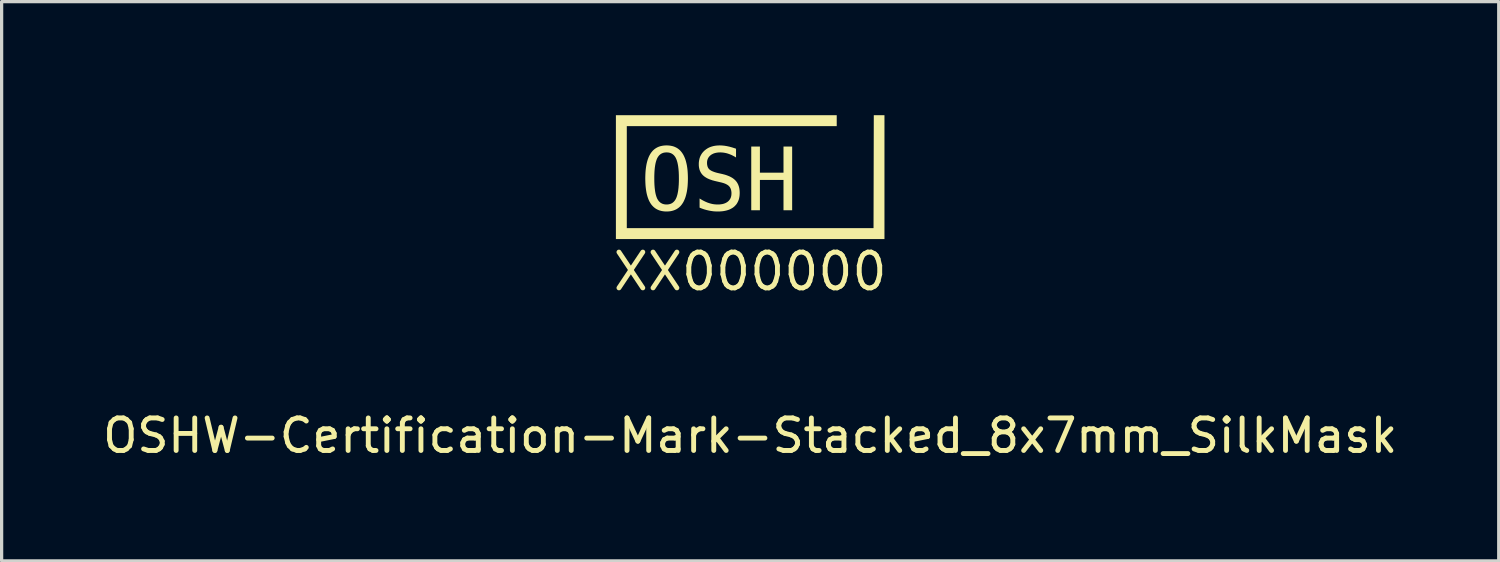
<source format=kicad_pcb>
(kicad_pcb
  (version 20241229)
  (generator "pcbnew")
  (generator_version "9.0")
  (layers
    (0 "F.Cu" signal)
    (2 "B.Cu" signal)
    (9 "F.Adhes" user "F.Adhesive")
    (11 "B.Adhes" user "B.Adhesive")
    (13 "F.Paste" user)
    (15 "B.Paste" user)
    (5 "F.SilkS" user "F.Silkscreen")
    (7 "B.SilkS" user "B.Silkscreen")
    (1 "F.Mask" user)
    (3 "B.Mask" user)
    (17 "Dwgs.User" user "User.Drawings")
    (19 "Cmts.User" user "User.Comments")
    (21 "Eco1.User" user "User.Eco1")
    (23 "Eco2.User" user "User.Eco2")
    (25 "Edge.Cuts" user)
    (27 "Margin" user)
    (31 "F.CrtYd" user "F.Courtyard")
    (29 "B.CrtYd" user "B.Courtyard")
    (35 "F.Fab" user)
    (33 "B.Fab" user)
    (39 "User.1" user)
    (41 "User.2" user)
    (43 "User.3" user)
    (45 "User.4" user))
  (footprint "OSHW-Certification-Mark-Stacked_8x7mm_SilkMask"
    (layer "F.Cu")
    (at 20.006 2.94)
    (property "Reference" "OSHW-Certification-Mark-Stacked_8x7mm_SilkMask" (at 0.000231 7.4 0) (unlocked yes) (layer "F.SilkS") (effects (font (size 1 1) (thickness 0.15))))
    (attr board_only exclude_from_pos_files exclude_from_bom allow_missing_courtyard)
    (fp_poly (pts (xy 2.793 0.472) (xy 2.543 0.472) (xy 2.276 -0.691) (xy 2.012 0.472) (xy 1.761 0.472) (xy 1.469 -1.486) (xy 1.727 -1.486) (xy 1.915 0.103) (xy 2.137 -0.948) (xy 2.414 -0.948) (xy 2.64 0.106) (xy 3.275 -2.94) (xy 3.533 -2.94)) (stroke (width 0) (type solid)) (fill yes) (layer "F.Mask"))
    (fp_poly (pts (xy -1.914 -0.505) (xy -1.914 -0.505) (xy -1.914 -0.505)) (stroke (width 0) (type solid)) (fill yes) (layer "F.SilkS"))
    (fp_poly (pts (xy 4.127 1.358) (xy -4.127 1.358) (xy -4.127 -2.45) (xy 2.66 -2.45) (xy 2.66 -2.114) (xy -3.792 -2.114) (xy -3.792 1.022) (xy 3.791 1.022) (xy 3.799 -2.45) (xy 4.127 -2.45)) (stroke (width 0) (type solid)) (fill yes) (layer "F.SilkS"))
    (fp_poly (pts (xy 0.299 -0.683) (xy 1.024 -0.683) (xy 1.024 -1.486) (xy 1.29 -1.486) (xy 1.29 0.472) (xy 1.024 0.472) (xy 1.024 -0.46) (xy 0.299 -0.46) (xy 0.299 0.472) (xy 0.033 0.472) (xy 0.033 -1.486) (xy 0.299 -1.486)) (stroke (width 0) (type solid)) (fill yes) (layer "F.SilkS"))
    (fp_poly (pts (xy -2.529 -1.52) (xy -2.489 -1.517) (xy -2.451 -1.512) (xy -2.415 -1.505) (xy -2.379 -1.497) (xy -2.345 -1.486) (xy -2.312 -1.473) (xy -2.281 -1.458) (xy -2.25 -1.442) (xy -2.222 -1.423) (xy -2.194 -1.402) (xy -2.168 -1.38) (xy -2.143 -1.355) (xy -2.12 -1.328) (xy -2.098 -1.3) (xy -2.077 -1.269) (xy -2.057 -1.237) (xy -2.039 -1.202) (xy -2.022 -1.166) (xy -2.006 -1.127) (xy -1.991 -1.087) (xy -1.978 -1.044) (xy -1.966 -0.999) (xy -1.955 -0.952) (xy -1.945 -0.904) (xy -1.937 -0.853) (xy -1.93 -0.8) (xy -1.924 -0.745) (xy -1.92 -0.688) (xy -1.917 -0.629) (xy -1.915 -0.568) (xy -1.914 -0.505) (xy -1.915 -0.442) (xy -1.917 -0.381) (xy -1.92 -0.322) (xy -1.924 -0.266) (xy -1.93 -0.211) (xy -1.937 -0.158) (xy -1.945 -0.107) (xy -1.955 -0.059) (xy -1.966 -0.012) (xy -1.978 0.033) (xy -1.991 0.075) (xy -2.006 0.116) (xy -2.022 0.154) (xy -2.039 0.191) (xy -2.057 0.226) (xy -2.077 0.258) (xy -2.087 0.273) (xy -2.098 0.288) (xy -2.108 0.303) (xy -2.12 0.317) (xy -2.131 0.331) (xy -2.143 0.344) (xy -2.155 0.356) (xy -2.168 0.368) (xy -2.181 0.38) (xy -2.194 0.391) (xy -2.208 0.401) (xy -2.222 0.411) (xy -2.236 0.421) (xy -2.25 0.43) (xy -2.265 0.439) (xy -2.281 0.447) (xy -2.296 0.454) (xy -2.312 0.462) (xy -2.328 0.468) (xy -2.345 0.474) (xy -2.362 0.48) (xy -2.379 0.485) (xy -2.397 0.49) (xy -2.415 0.494) (xy -2.433 0.498) (xy -2.451 0.501) (xy -2.489 0.506) (xy -2.529 0.509) (xy -2.57 0.51) (xy -2.611 0.509) (xy -2.65 0.506) (xy -2.688 0.501) (xy -2.725 0.494) (xy -2.76 0.485) (xy -2.795 0.475) (xy -2.827 0.462) (xy -2.859 0.447) (xy -2.889 0.43) (xy -2.918 0.412) (xy -2.945 0.391) (xy -2.971 0.369) (xy -2.996 0.344) (xy -3.02 0.318) (xy -3.042 0.29) (xy -3.063 0.259) (xy -3.082 0.227) (xy -3.101 0.193) (xy -3.118 0.156) (xy -3.133 0.118) (xy -3.148 0.077) (xy -3.161 0.034) (xy -3.173 -0.01) (xy -3.184 -0.057) (xy -3.193 -0.106) (xy -3.201 -0.157) (xy -3.208 -0.21) (xy -3.214 -0.265) (xy -3.218 -0.322) (xy -3.221 -0.381) (xy -3.223 -0.442) (xy -3.224 -0.505) (xy -2.947 -0.505) (xy -2.946 -0.401) (xy -2.942 -0.305) (xy -2.935 -0.217) (xy -2.925 -0.136) (xy -2.92 -0.099) (xy -2.913 -0.063) (xy -2.906 -0.03) (xy -2.898 0.002) (xy -2.889 0.032) (xy -2.88 0.06) (xy -2.87 0.086) (xy -2.86 0.11) (xy -2.848 0.132) (xy -2.842 0.143) (xy -2.835 0.153) (xy -2.829 0.163) (xy -2.822 0.173) (xy -2.815 0.182) (xy -2.808 0.191) (xy -2.801 0.199) (xy -2.793 0.207) (xy -2.785 0.215) (xy -2.777 0.222) (xy -2.769 0.23) (xy -2.76 0.236) (xy -2.751 0.243) (xy -2.742 0.248) (xy -2.733 0.254) (xy -2.724 0.259) (xy -2.714 0.264) (xy -2.705 0.269) (xy -2.694 0.273) (xy -2.684 0.277) (xy -2.674 0.28) (xy -2.663 0.283) (xy -2.652 0.286) (xy -2.641 0.288) (xy -2.63 0.29) (xy -2.618 0.292) (xy -2.606 0.293) (xy -2.594 0.294) (xy -2.57 0.295) (xy -2.545 0.294) (xy -2.521 0.292) (xy -2.498 0.288) (xy -2.476 0.283) (xy -2.455 0.277) (xy -2.434 0.269) (xy -2.415 0.26) (xy -2.396 0.249) (xy -2.379 0.237) (xy -2.362 0.223) (xy -2.346 0.208) (xy -2.331 0.191) (xy -2.317 0.174) (xy -2.304 0.154) (xy -2.291 0.133) (xy -2.28 0.111) (xy -2.269 0.087) (xy -2.259 0.061) (xy -2.25 0.033) (xy -2.241 0.003) (xy -2.233 -0.028) (xy -2.226 -0.062) (xy -2.219 -0.098) (xy -2.213 -0.135) (xy -2.208 -0.175) (xy -2.203 -0.216) (xy -2.2 -0.26) (xy -2.196 -0.305) (xy -2.194 -0.352) (xy -2.192 -0.401) (xy -2.191 -0.452) (xy -2.191 -0.505) (xy -2.192 -0.609) (xy -2.196 -0.705) (xy -2.203 -0.794) (xy -2.213 -0.875) (xy -2.219 -0.912) (xy -2.226 -0.948) (xy -2.233 -0.982) (xy -2.241 -1.013) (xy -2.25 -1.043) (xy -2.259 -1.071) (xy -2.269 -1.097) (xy -2.28 -1.121) (xy -2.291 -1.144) (xy -2.297 -1.154) (xy -2.304 -1.165) (xy -2.31 -1.175) (xy -2.317 -1.184) (xy -2.324 -1.193) (xy -2.331 -1.202) (xy -2.338 -1.211) (xy -2.346 -1.219) (xy -2.354 -1.227) (xy -2.362 -1.234) (xy -2.37 -1.241) (xy -2.379 -1.248) (xy -2.387 -1.254) (xy -2.396 -1.26) (xy -2.406 -1.266) (xy -2.415 -1.271) (xy -2.425 -1.276) (xy -2.434 -1.28) (xy -2.444 -1.284) (xy -2.455 -1.288) (xy -2.465 -1.292) (xy -2.476 -1.295) (xy -2.487 -1.297) (xy -2.498 -1.3) (xy -2.509 -1.302) (xy -2.521 -1.303) (xy -2.533 -1.305) (xy -2.545 -1.305) (xy -2.57 -1.306) (xy -2.594 -1.305) (xy -2.618 -1.303) (xy -2.641 -1.3) (xy -2.663 -1.295) (xy -2.684 -1.288) (xy -2.705 -1.28) (xy -2.724 -1.271) (xy -2.742 -1.26) (xy -2.76 -1.248) (xy -2.777 -1.234) (xy -2.793 -1.219) (xy -2.808 -1.202) (xy -2.822 -1.184) (xy -2.835 -1.165) (xy -2.848 -1.144) (xy -2.86 -1.121) (xy -2.87 -1.097) (xy -2.88 -1.071) (xy -2.889 -1.043) (xy -2.898 -1.013) (xy -2.906 -0.982) (xy -2.913 -0.948) (xy -2.92 -0.912) (xy -2.925 -0.875) (xy -2.931 -0.835) (xy -2.935 -0.794) (xy -2.939 -0.751) (xy -2.942 -0.705) (xy -2.944 -0.658) (xy -2.946 -0.609) (xy -2.947 -0.558) (xy -2.947 -0.505) (xy -3.224 -0.505) (xy -3.224 -0.505) (xy -3.223 -0.568) (xy -3.221 -0.629) (xy -3.218 -0.688) (xy -3.214 -0.745) (xy -3.208 -0.8) (xy -3.201 -0.853) (xy -3.193 -0.904) (xy -3.184 -0.952) (xy -3.173 -0.999) (xy -3.161 -1.044) (xy -3.148 -1.087) (xy -3.133 -1.127) (xy -3.118 -1.166) (xy -3.101 -1.202) (xy -3.082 -1.237) (xy -3.063 -1.269) (xy -3.052 -1.285) (xy -3.042 -1.3) (xy -3.031 -1.314) (xy -3.019 -1.328) (xy -3.008 -1.342) (xy -2.996 -1.355) (xy -2.984 -1.368) (xy -2.971 -1.38) (xy -2.958 -1.391) (xy -2.945 -1.402) (xy -2.931 -1.413) (xy -2.917 -1.423) (xy -2.903 -1.432) (xy -2.888 -1.442) (xy -2.873 -1.45) (xy -2.858 -1.458) (xy -2.843 -1.466) (xy -2.827 -1.473) (xy -2.81 -1.48) (xy -2.794 -1.486) (xy -2.777 -1.491) (xy -2.76 -1.497) (xy -2.742 -1.501) (xy -2.724 -1.505) (xy -2.688 -1.512) (xy -2.65 -1.517) (xy -2.61 -1.52) (xy -2.57 -1.521)) (stroke (width 0) (type solid)) (fill yes) (layer "F.SilkS"))
    (fp_poly (pts (xy -0.906 -1.52) (xy -0.877 -1.519) (xy -0.848 -1.517) (xy -0.819 -1.514) (xy -0.789 -1.511) (xy -0.759 -1.506) (xy -0.728 -1.501) (xy -0.697 -1.495) (xy -0.666 -1.488) (xy -0.634 -1.481) (xy -0.602 -1.472) (xy -0.569 -1.463) (xy -0.536 -1.453) (xy -0.503 -1.442) (xy -0.469 -1.431) (xy -0.435 -1.419) (xy -0.435 -1.15) (xy -0.465 -1.169) (xy -0.495 -1.186) (xy -0.526 -1.202) (xy -0.556 -1.218) (xy -0.586 -1.232) (xy -0.617 -1.244) (xy -0.647 -1.256) (xy -0.677 -1.266) (xy -0.708 -1.276) (xy -0.738 -1.284) (xy -0.768 -1.29) (xy -0.799 -1.296) (xy -0.829 -1.3) (xy -0.86 -1.303) (xy -0.891 -1.305) (xy -0.921 -1.306) (xy -0.944 -1.305) (xy -0.967 -1.304) (xy -0.989 -1.303) (xy -1.01 -1.3) (xy -1.031 -1.297) (xy -1.051 -1.293) (xy -1.07 -1.289) (xy -1.089 -1.284) (xy -1.107 -1.278) (xy -1.125 -1.272) (xy -1.142 -1.264) (xy -1.158 -1.256) (xy -1.174 -1.248) (xy -1.189 -1.239) (xy -1.204 -1.229) (xy -1.218 -1.218) (xy -1.231 -1.207) (xy -1.243 -1.195) (xy -1.255 -1.183) (xy -1.265 -1.171) (xy -1.275 -1.158) (xy -1.284 -1.144) (xy -1.292 -1.13) (xy -1.299 -1.116) (xy -1.306 -1.101) (xy -1.311 -1.086) (xy -1.316 -1.07) (xy -1.32 -1.054) (xy -1.323 -1.037) (xy -1.325 -1.019) (xy -1.326 -1.002) (xy -1.326 -0.983) (xy -1.326 -0.967) (xy -1.325 -0.952) (xy -1.324 -0.937) (xy -1.322 -0.922) (xy -1.319 -0.908) (xy -1.316 -0.895) (xy -1.313 -0.882) (xy -1.309 -0.869) (xy -1.304 -0.857) (xy -1.299 -0.845) (xy -1.293 -0.834) (xy -1.287 -0.823) (xy -1.28 -0.813) (xy -1.272 -0.803) (xy -1.264 -0.794) (xy -1.256 -0.785) (xy -1.246 -0.777) (xy -1.236 -0.769) (xy -1.224 -0.761) (xy -1.212 -0.753) (xy -1.199 -0.745) (xy -1.184 -0.737) (xy -1.169 -0.73) (xy -1.153 -0.723) (xy -1.135 -0.716) (xy -1.117 -0.709) (xy -1.098 -0.702) (xy -1.078 -0.696) (xy -1.057 -0.689) (xy -1.035 -0.683) (xy -1.012 -0.677) (xy -0.988 -0.671) (xy -0.849 -0.64) (xy -0.815 -0.631) (xy -0.783 -0.623) (xy -0.751 -0.613) (xy -0.721 -0.603) (xy -0.692 -0.592) (xy -0.664 -0.581) (xy -0.637 -0.57) (xy -0.611 -0.557) (xy -0.587 -0.544) (xy -0.563 -0.531) (xy -0.541 -0.517) (xy -0.52 -0.502) (xy -0.5 -0.487) (xy -0.482 -0.471) (xy -0.464 -0.455) (xy -0.448 -0.438) (xy -0.433 -0.42) (xy -0.418 -0.402) (xy -0.405 -0.383) (xy -0.393 -0.363) (xy -0.382 -0.342) (xy -0.371 -0.321) (xy -0.362 -0.298) (xy -0.354 -0.275) (xy -0.346 -0.251) (xy -0.34 -0.227) (xy -0.334 -0.201) (xy -0.33 -0.175) (xy -0.327 -0.148) (xy -0.324 -0.121) (xy -0.323 -0.092) (xy -0.322 -0.063) (xy -0.323 -0.028) (xy -0.325 0.005) (xy -0.328 0.037) (xy -0.333 0.068) (xy -0.339 0.099) (xy -0.346 0.128) (xy -0.355 0.156) (xy -0.365 0.183) (xy -0.377 0.209) (xy -0.39 0.234) (xy -0.404 0.259) (xy -0.419 0.282) (xy -0.436 0.304) (xy -0.455 0.324) (xy -0.474 0.344) (xy -0.495 0.363) (xy -0.517 0.381) (xy -0.541 0.398) (xy -0.566 0.413) (xy -0.592 0.427) (xy -0.619 0.441) (xy -0.647 0.453) (xy -0.677 0.464) (xy -0.708 0.473) (xy -0.74 0.482) (xy -0.773 0.489) (xy -0.808 0.496) (xy -0.843 0.501) (xy -0.88 0.505) (xy -0.918 0.508) (xy -0.958 0.509) (xy -0.999 0.51) (xy -1.033 0.51) (xy -1.068 0.508) (xy -1.102 0.506) (xy -1.137 0.503) (xy -1.171 0.498) (xy -1.206 0.493) (xy -1.241 0.487) (xy -1.275 0.48) (xy -1.31 0.472) (xy -1.345 0.464) (xy -1.38 0.454) (xy -1.415 0.444) (xy -1.45 0.432) (xy -1.484 0.42) (xy -1.52 0.406) (xy -1.555 0.392) (xy -1.555 0.11) (xy -1.517 0.133) (xy -1.48 0.155) (xy -1.444 0.175) (xy -1.408 0.193) (xy -1.373 0.21) (xy -1.338 0.225) (xy -1.304 0.239) (xy -1.27 0.25) (xy -1.236 0.261) (xy -1.202 0.27) (xy -1.169 0.278) (xy -1.135 0.284) (xy -1.101 0.289) (xy -1.067 0.292) (xy -1.033 0.294) (xy -0.999 0.295) (xy -0.974 0.295) (xy -0.95 0.294) (xy -0.927 0.292) (xy -0.904 0.289) (xy -0.882 0.286) (xy -0.861 0.283) (xy -0.84 0.278) (xy -0.82 0.273) (xy -0.801 0.267) (xy -0.783 0.26) (xy -0.765 0.253) (xy -0.748 0.245) (xy -0.732 0.236) (xy -0.716 0.227) (xy -0.701 0.217) (xy -0.687 0.206) (xy -0.673 0.194) (xy -0.66 0.182) (xy -0.649 0.169) (xy -0.638 0.156) (xy -0.628 0.142) (xy -0.619 0.128) (xy -0.61 0.113) (xy -0.603 0.098) (xy -0.596 0.082) (xy -0.591 0.065) (xy -0.586 0.048) (xy -0.582 0.03) (xy -0.579 0.012) (xy -0.577 -0.007) (xy -0.576 -0.026) (xy -0.575 -0.046) (xy -0.575 -0.064) (xy -0.576 -0.081) (xy -0.578 -0.098) (xy -0.58 -0.115) (xy -0.583 -0.131) (xy -0.586 -0.146) (xy -0.59 -0.161) (xy -0.594 -0.175) (xy -0.6 -0.189) (xy -0.605 -0.202) (xy -0.612 -0.215) (xy -0.619 -0.227) (xy -0.626 -0.239) (xy -0.634 -0.25) (xy -0.643 -0.26) (xy -0.653 -0.27) (xy -0.662 -0.28) (xy -0.673 -0.289) (xy -0.685 -0.298) (xy -0.698 -0.307) (xy -0.711 -0.315) (xy -0.726 -0.323) (xy -0.741 -0.331) (xy -0.757 -0.339) (xy -0.774 -0.346) (xy -0.792 -0.353) (xy -0.811 -0.36) (xy -0.831 -0.366) (xy -0.851 -0.372) (xy -0.873 -0.378) (xy -0.895 -0.384) (xy -0.919 -0.389) (xy -1.06 -0.422) (xy -1.094 -0.43) (xy -1.126 -0.439) (xy -1.157 -0.447) (xy -1.187 -0.457) (xy -1.216 -0.467) (xy -1.244 -0.477) (xy -1.27 -0.488) (xy -1.296 -0.499) (xy -1.32 -0.511) (xy -1.343 -0.524) (xy -1.365 -0.537) (xy -1.385 -0.55) (xy -1.405 -0.564) (xy -1.423 -0.578) (xy -1.44 -0.593) (xy -1.456 -0.608) (xy -1.471 -0.624) (xy -1.485 -0.641) (xy -1.498 -0.658) (xy -1.51 -0.676) (xy -1.521 -0.694) (xy -1.531 -0.714) (xy -1.54 -0.734) (xy -1.549 -0.754) (xy -1.556 -0.775) (xy -1.562 -0.797) (xy -1.567 -0.82) (xy -1.572 -0.843) (xy -1.575 -0.867) (xy -1.578 -0.892) (xy -1.579 -0.917) (xy -1.579 -0.943) (xy -1.579 -0.975) (xy -1.577 -1.007) (xy -1.573 -1.037) (xy -1.568 -1.067) (xy -1.562 -1.096) (xy -1.555 -1.125) (xy -1.546 -1.152) (xy -1.536 -1.179) (xy -1.524 -1.204) (xy -1.511 -1.229) (xy -1.496 -1.254) (xy -1.481 -1.277) (xy -1.463 -1.3) (xy -1.445 -1.321) (xy -1.425 -1.342) (xy -1.404 -1.362) (xy -1.381 -1.381) (xy -1.358 -1.399) (xy -1.333 -1.416) (xy -1.308 -1.432) (xy -1.282 -1.446) (xy -1.255 -1.459) (xy -1.227 -1.471) (xy -1.198 -1.481) (xy -1.168 -1.49) (xy -1.137 -1.499) (xy -1.106 -1.505) (xy -1.073 -1.511) (xy -1.04 -1.515) (xy -1.006 -1.518) (xy -0.97 -1.52) (xy -0.934 -1.521)) (stroke (width 0) (type solid)) (fill yes) (layer "F.SilkS"))
    (fp_text user "XX000000" (at 0 3 0) (unlocked yes) (layer "F.SilkS") (effects (font (size 1.1 1.1) (thickness 0.15)) (justify bottom))))
  (gr_rect
    (start -3 -3)
    (end 43.012 14.188)
    (stroke (width 0.1) (type default))
    (fill no)
    (layer "Edge.Cuts")))
</source>
